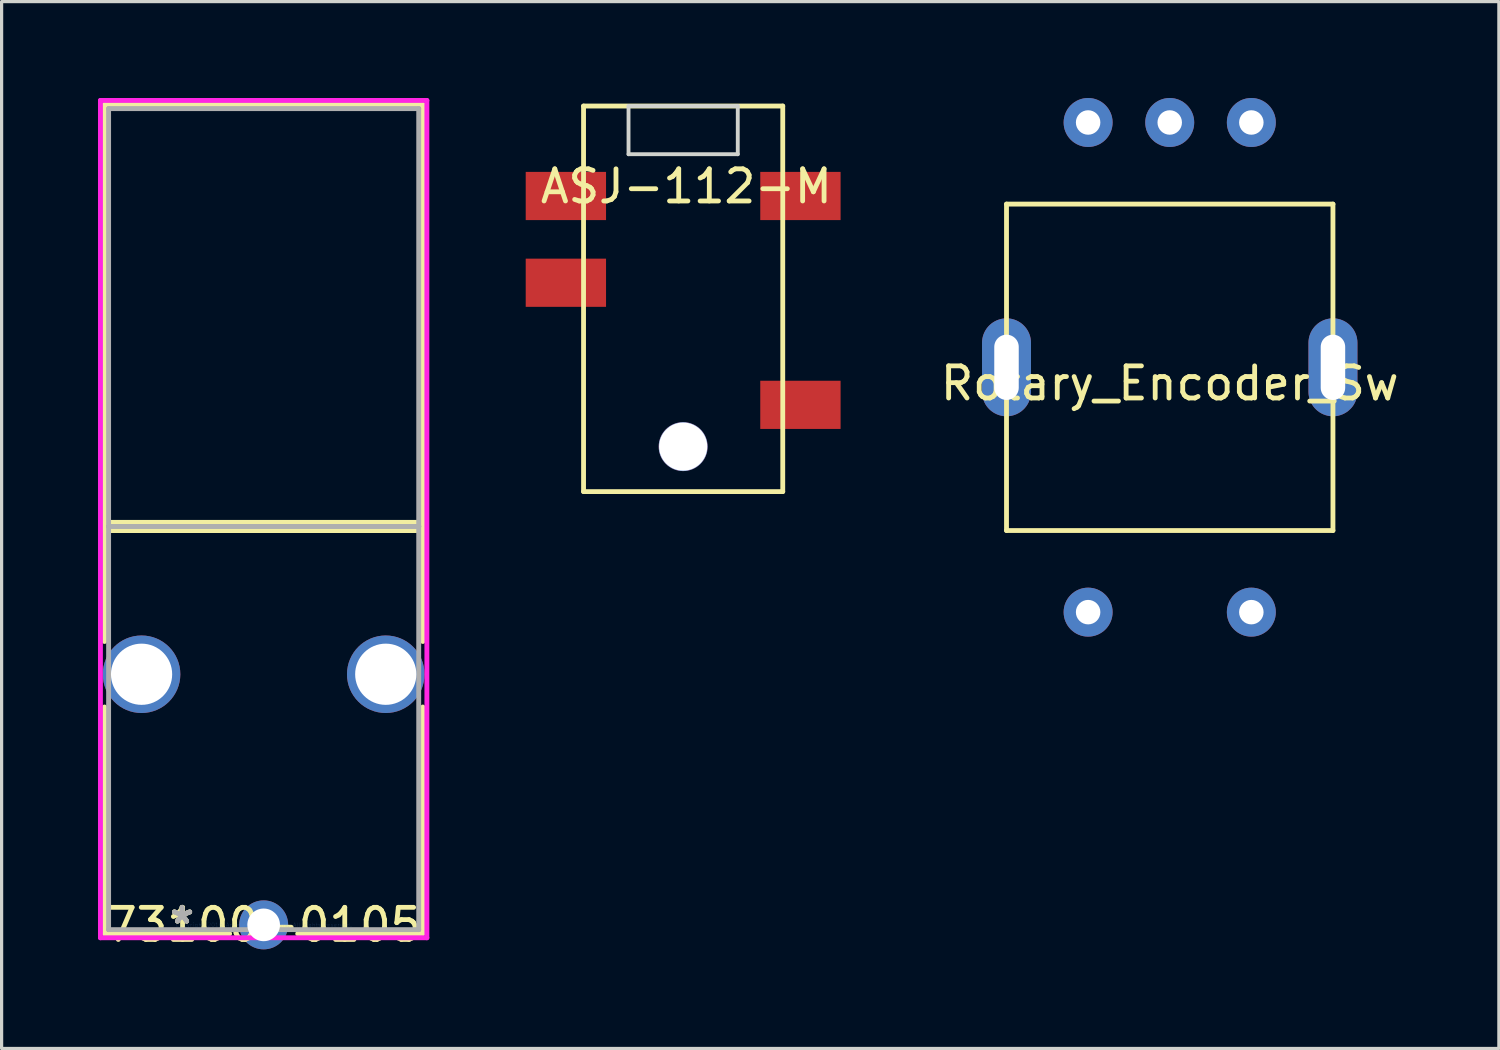
<source format=kicad_pcb>
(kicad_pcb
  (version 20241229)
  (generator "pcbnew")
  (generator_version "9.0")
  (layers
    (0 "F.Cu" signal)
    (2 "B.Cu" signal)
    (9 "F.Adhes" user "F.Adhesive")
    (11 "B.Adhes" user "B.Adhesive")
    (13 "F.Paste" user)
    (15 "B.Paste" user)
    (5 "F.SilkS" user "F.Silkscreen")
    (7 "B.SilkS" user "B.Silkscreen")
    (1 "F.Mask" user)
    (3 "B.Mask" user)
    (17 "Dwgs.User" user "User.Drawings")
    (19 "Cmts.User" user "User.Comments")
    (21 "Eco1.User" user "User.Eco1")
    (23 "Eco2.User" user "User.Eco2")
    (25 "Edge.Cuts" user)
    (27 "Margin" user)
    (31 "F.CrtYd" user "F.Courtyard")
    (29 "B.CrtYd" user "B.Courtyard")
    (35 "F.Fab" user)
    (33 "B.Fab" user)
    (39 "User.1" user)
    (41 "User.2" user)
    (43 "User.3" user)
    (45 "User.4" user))
  (footprint "ASJ-112-M"
    (layer "F.Cu")
    (at 18.212 0.25)
    (property "Reference" "ASJ-112-M" (at 0.1 2.5 0) (layer "F.SilkS") (effects (font (size 1 1) (thickness 0.15))))
    (attr through_hole)
    (fp_line (start -3.1 0) (end 3.1 0) (stroke (width 0.15) (type solid)) (layer "F.SilkS"))
    (fp_line (start -3.1 12) (end -3.1 0) (stroke (width 0.15) (type solid)) (layer "F.SilkS"))
    (fp_line (start 3.1 0) (end 3.1 12) (stroke (width 0.15) (type solid)) (layer "F.SilkS"))
    (fp_line (start 3.1 12) (end -3.1 12) (stroke (width 0.15) (type solid)) (layer "F.SilkS"))
    (fp_line (start -1.7 0) (end -1.7 1.5) (stroke (width 0.12) (type solid)) (layer "Edge.Cuts"))
    (fp_line (start -1.7 1.5) (end 1.7 1.5) (stroke (width 0.12) (type solid)) (layer "Edge.Cuts"))
    (fp_line (start 1.7 0) (end -1.7 0) (stroke (width 0.12) (type solid)) (layer "Edge.Cuts"))
    (fp_line (start 1.7 1.5) (end 1.7 0) (stroke (width 0.12) (type solid)) (layer "Edge.Cuts"))
    (pad "-1" thru_hole circle (at 0 10.6) (size 1.524 1.524) (drill 1.5) (layers "*.Cu" "*.Mask"))
    (pad "R1" smd rect (at 3.65 2.8) (size 2.5 1.5) (layers "F.Cu" "F.Mask" "F.Paste"))
    (pad "R2" smd rect (at -3.65 5.5) (size 2.5 1.5) (layers "F.Cu" "F.Mask" "F.Paste"))
    (pad "S" smd rect (at 3.65 9.3) (size 2.5 1.5) (layers "F.Cu" "F.Mask" "F.Paste"))
    (pad "T" smd rect (at -3.65 2.8) (size 2.5 1.5) (layers "F.Cu" "F.Mask" "F.Paste")))
  (footprint "Rotary_Encoder_Sw"
    (layer "F.Cu")
    (at 33.356 8.382)
    (property "Reference" "Rotary_Encoder_Sw" (at 0 0.5 0) (layer "F.SilkS") (effects (font (size 1 1) (thickness 0.15))))
    (attr through_hole)
    (fp_line (start -5.08 -5.08) (end 5.08 -5.08) (stroke (width 0.15) (type solid)) (layer "F.SilkS"))
    (fp_line (start -5.08 5.08) (end -5.08 -5.08) (stroke (width 0.15) (type solid)) (layer "F.SilkS"))
    (fp_line (start 5.08 -5.08) (end 5.08 5.08) (stroke (width 0.15) (type solid)) (layer "F.SilkS"))
    (fp_line (start 5.08 5.08) (end -5.08 5.08) (stroke (width 0.15) (type solid)) (layer "F.SilkS"))
    (pad "6" thru_hole oval (at 5.08 0) (size 1.524 3.048) (drill oval 0.762 2.032) (layers "*.Cu" "*.Mask"))
    (pad "7" thru_hole oval (at -5.08 0) (size 1.524 3.048) (drill oval 0.762 2.032) (layers "*.Cu" "*.Mask"))
    (pad "A" thru_hole circle (at -2.54 -7.62) (size 1.524 1.524) (drill 0.762) (layers "*.Cu" "*.Mask"))
    (pad "B" thru_hole circle (at 0 -7.62) (size 1.524 1.524) (drill 0.762) (layers "*.Cu" "*.Mask"))
    (pad "C" thru_hole circle (at 2.54 -7.62) (size 1.524 1.524) (drill 0.762) (layers "*.Cu" "*.Mask"))
    (pad "SW1" thru_hole circle (at -2.54 7.62) (size 1.524 1.524) (drill 0.762) (layers "*.Cu" "*.Mask"))
    (pad "SW2" thru_hole circle (at 2.54 7.62) (size 1.524 1.524) (drill 0.762) (layers "*.Cu" "*.Mask")))
  (footprint "73100-0105"
    (layer "F.Cu")
    (at 5.156 25.735)
    (property "Reference" "73100-0105" (at 0 0 0) (layer "F.SilkS") (effects (font (size 1 1) (thickness 0.15))))
    (attr through_hole)
    (fp_line (start -4.953 -25.532) (end -4.953 -12.273) (stroke (width 0.152) (type solid)) (layer "F.SilkS"))
    (fp_line (start -4.953 -12.527) (end -4.953 -8.82) (stroke (width 0.152) (type solid)) (layer "F.SilkS"))
    (fp_line (start -4.953 -12.273) (end 4.953 -12.273) (stroke (width 0.152) (type solid)) (layer "F.SilkS"))
    (fp_line (start -4.953 -6.78) (end -4.953 0.275) (stroke (width 0.152) (type solid)) (layer "F.SilkS"))
    (fp_line (start -4.953 0.275) (end -1.06 0.275) (stroke (width 0.152) (type solid)) (layer "F.SilkS"))
    (fp_line (start 1.06 0.275) (end 4.953 0.275) (stroke (width 0.152) (type solid)) (layer "F.SilkS"))
    (fp_line (start 4.953 -25.532) (end -4.953 -25.532) (stroke (width 0.152) (type solid)) (layer "F.SilkS"))
    (fp_line (start 4.953 -12.527) (end -4.953 -12.527) (stroke (width 0.152) (type solid)) (layer "F.SilkS"))
    (fp_line (start 4.953 -12.273) (end 4.953 -25.532) (stroke (width 0.152) (type solid)) (layer "F.SilkS"))
    (fp_line (start 4.953 -8.82) (end 4.953 -12.527) (stroke (width 0.152) (type solid)) (layer "F.SilkS"))
    (fp_line (start 4.953 0.275) (end 4.953 -6.78) (stroke (width 0.152) (type solid)) (layer "F.SilkS"))
    (fp_line (start -5.08 -25.659) (end -5.08 0.402) (stroke (width 0.152) (type solid)) (layer "F.CrtYd"))
    (fp_line (start -5.08 0.402) (end 5.08 0.402) (stroke (width 0.152) (type solid)) (layer "F.CrtYd"))
    (fp_line (start 5.08 -25.659) (end -5.08 -25.659) (stroke (width 0.152) (type solid)) (layer "F.CrtYd"))
    (fp_line (start 5.08 0.402) (end 5.08 -25.659) (stroke (width 0.152) (type solid)) (layer "F.CrtYd"))
    (fp_line (start -4.826 -25.405) (end -4.826 -12.4) (stroke (width 0.152) (type solid)) (layer "F.Fab"))
    (fp_line (start -4.826 -12.4) (end -4.826 0.148) (stroke (width 0.152) (type solid)) (layer "F.Fab"))
    (fp_line (start -4.826 -12.4) (end 4.826 -12.4) (stroke (width 0.152) (type solid)) (layer "F.Fab"))
    (fp_line (start -4.826 0.148) (end 4.826 0.148) (stroke (width 0.152) (type solid)) (layer "F.Fab"))
    (fp_line (start 4.826 -25.405) (end -4.826 -25.405) (stroke (width 0.152) (type solid)) (layer "F.Fab"))
    (fp_line (start 4.826 -12.4) (end -4.826 -12.4) (stroke (width 0.152) (type solid)) (layer "F.Fab"))
    (fp_line (start 4.826 -12.4) (end 4.826 -25.405) (stroke (width 0.152) (type solid)) (layer "F.Fab"))
    (fp_line (start 4.826 0.148) (end 4.826 -12.4) (stroke (width 0.152) (type solid)) (layer "F.Fab"))
    (fp_text user "*" (at -2.54 0 0) (layer "F.SilkS") (effects (font (size 1 1) (thickness 0.15))))
    (fp_text user "*" (at -2.54 0 0) (layer "F.SilkS") (effects (font (size 1 1) (thickness 0.15))))
    (fp_text user "Copyright 2016 Accelerated Designs. All rights reserved." (at 0 0 0) (layer "Cmts.User") (effects (font (size 0.127 0.127) (thickness 0.002))))
    (fp_text user "*" (at -2.54 0 0) (layer "F.Fab") (effects (font (size 1 1) (thickness 0.15))))
    (fp_text user "*" (at -2.54 0 0) (layer "F.Fab") (effects (font (size 1 1) (thickness 0.15))))
    (pad "1" thru_hole circle (at 0 0) (size 1.524 1.524) (drill 1.016) (layers "*.Cu" "*.Mask"))
    (pad "2" thru_hole circle (at -3.8 -7.8) (size 2.413 2.413) (drill 1.905) (layers "*.Cu" "*.Mask"))
    (pad "2" thru_hole circle (at 3.8 -7.8) (size 2.413 2.413) (drill 1.905) (layers "*.Cu" "*.Mask")))
  (gr_rect
    (start -3 -3)
    (end 43.6 29.583)
    (stroke (width 0.1) (type default))
    (fill no)
    (layer "Edge.Cuts")))
</source>
